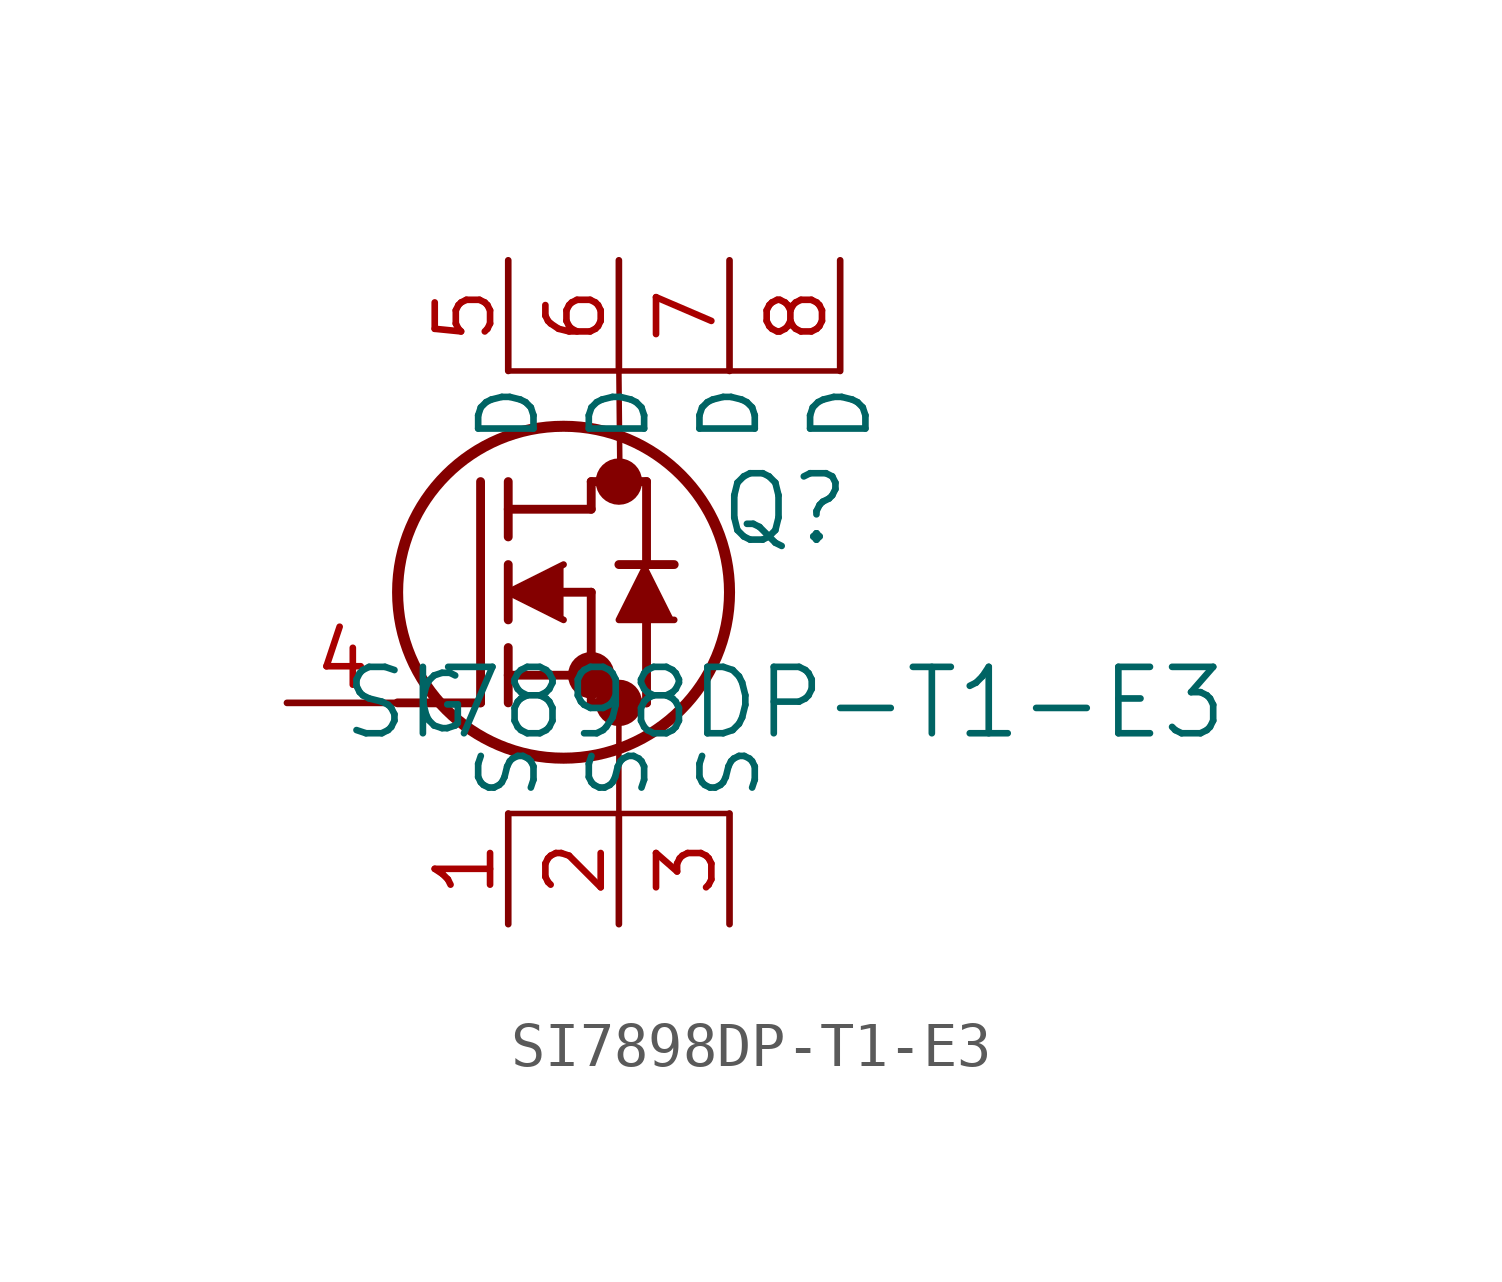
<source format=kicad_sym>
(kicad_symbol_lib
  (version 20211014)
  (generator kicad_symbol_editor)
  (symbol "SI7898DP-T1-E3"
    (pin_names
      (offset 0.254))
    (property "Reference" "Q"
      (at 11.43 4.445 0)
      (effects (font (size 1.524 1.524))))
    (property "Value" "SI7898DP-T1-E3"
      (at 11.43 0 0)
      (effects (font (size 1.524 1.524))))
    (symbol "SI7898DP-T1-E3_0_1"
      (polyline (pts (xy 2.54 0) (xy 4.445 0)) (stroke (width 0.203) (type default) (color 0 0 0 0)) (fill (type none)))
      (circle (center 7.62 5.08) (radius 0.025) (stroke (width 0.508) (type default) (color 0 0 0 0)) (fill (type none)))
      (circle (center 7.62 0) (radius 0.025) (stroke (width 0.508) (type default) (color 0 0 0 0)) (fill (type none)))
      (circle (center 6.985 0.635) (radius 0.025) (stroke (width 0.508) (type default) (color 0 0 0 0)) (fill (type none)))
      (circle (center 6.35 2.54) (radius 3.81) (stroke (width 0.254) (type default) (color 0 0 0 0)) (fill (type none)))
      (polyline (pts (xy 4.445 0) (xy 4.445 5.08)) (stroke (width 0.203) (type default) (color 0 0 0 0)) (fill (type none)))
      (polyline (pts (xy 5.08 1.905) (xy 5.08 3.175)) (stroke (width 0.203) (type default) (color 0 0 0 0)) (fill (type none)))
      (polyline (pts (xy 5.08 0) (xy 5.08 1.27)) (stroke (width 0.203) (type default) (color 0 0 0 0)) (fill (type none)))
      (polyline (pts (xy 5.08 3.81) (xy 5.08 5.08)) (stroke (width 0.203) (type default) (color 0 0 0 0)) (fill (type none)))
      (polyline (pts (xy 6.35 2.54) (xy 6.985 2.54)) (stroke (width 0.203) (type default) (color 0 0 0 0)) (fill (type none)))
      (polyline (pts (xy 5.08 0.635) (xy 6.985 0.635)) (stroke (width 0.203) (type default) (color 0 0 0 0)) (fill (type none)))
      (polyline (pts (xy 6.985 0) (xy 6.985 2.54)) (stroke (width 0.203) (type default) (color 0 0 0 0)) (fill (type none)))
      (polyline (pts (xy 6.985 0) (xy 8.255 0)) (stroke (width 0.203) (type default) (color 0 0 0 0)) (fill (type none)))
      (polyline (pts (xy 5.08 4.445) (xy 6.985 4.445)) (stroke (width 0.203) (type default) (color 0 0 0 0)) (fill (type none)))
      (polyline (pts (xy 8.255 3.175) (xy 8.255 5.08)) (stroke (width 0.203) (type default) (color 0 0 0 0)) (fill (type none)))
      (polyline (pts (xy 6.35 3.175) (xy 5.08 2.54) (xy 6.35 1.905)) (stroke (width 0) (type default) (color 0 0 0 0)) (fill (type outline)))
      (polyline (pts (xy 8.89 1.905) (xy 7.62 1.905) (xy 8.255 3.175)) (stroke (width 0) (type default) (color 0 0 0 0)) (fill (type outline)))
      (polyline (pts (xy 8.255 0) (xy 8.255 1.905)) (stroke (width 0.203) (type default) (color 0 0 0 0)) (fill (type none)))
      (polyline (pts (xy 8.89 3.175) (xy 7.62 3.175)) (stroke (width 0.203) (type default) (color 0 0 0 0)) (fill (type none)))
      (polyline (pts (xy 6.985 5.08) (xy 8.255 5.08)) (stroke (width 0.203) (type default) (color 0 0 0 0)) (fill (type none)))
      (polyline (pts (xy 6.985 4.445) (xy 6.985 5.08)) (stroke (width 0.203) (type default) (color 0 0 0 0)) (fill (type none)))
      (polyline (pts (xy 5.08 7.62) (xy 12.7 7.62)) (stroke (width 0.127) (type default) (color 0 0 0 0)) (fill (type none)))
      (polyline (pts (xy 5.08 -2.54) (xy 10.16 -2.54)) (stroke (width 0.127) (type default) (color 0 0 0 0)) (fill (type none)))
      (polyline (pts (xy 7.62 -2.54) (xy 7.62 0)) (stroke (width 0.127) (type default) (color 0 0 0 0)) (fill (type none)))
      (polyline (pts (xy 7.62 7.62) (xy 7.645 5.08)) (stroke (width 0.127) (type default) (color 0 0 0 0)) (fill (type none)))
      (pin unspecified line (at 5.08 -5.08 90) (length 2.54) (name "S" (effects (font (size 1.27 1.27)))) (number "1" (effects (font (size 1.27 1.27)))))
      (pin unspecified line (at 7.62 -5.08 90) (length 2.54) (name "S" (effects (font (size 1.27 1.27)))) (number "2" (effects (font (size 1.27 1.27)))))
      (pin unspecified line (at 10.16 -5.08 90) (length 2.54) (name "S" (effects (font (size 1.27 1.27)))) (number "3" (effects (font (size 1.27 1.27)))))
      (pin unspecified line (at 0 0 0) (length 2.54) (name "G" (effects (font (size 1.27 1.27)))) (number "4" (effects (font (size 1.27 1.27)))))
      (pin unspecified line (at 5.08 10.16 270) (length 2.54) (name "D" (effects (font (size 1.27 1.27)))) (number "5" (effects (font (size 1.27 1.27)))))
      (pin unspecified line (at 7.62 10.16 270) (length 2.54) (name "D" (effects (font (size 1.27 1.27)))) (number "6" (effects (font (size 1.27 1.27)))))
      (pin unspecified line (at 10.16 10.16 270) (length 2.54) (name "D" (effects (font (size 1.27 1.27)))) (number "7" (effects (font (size 1.27 1.27)))))
      (pin unspecified line (at 12.7 10.16 270) (length 2.54) (name "D" (effects (font (size 1.27 1.27)))) (number "8" (effects (font (size 1.27 1.27))))))))
</source>
